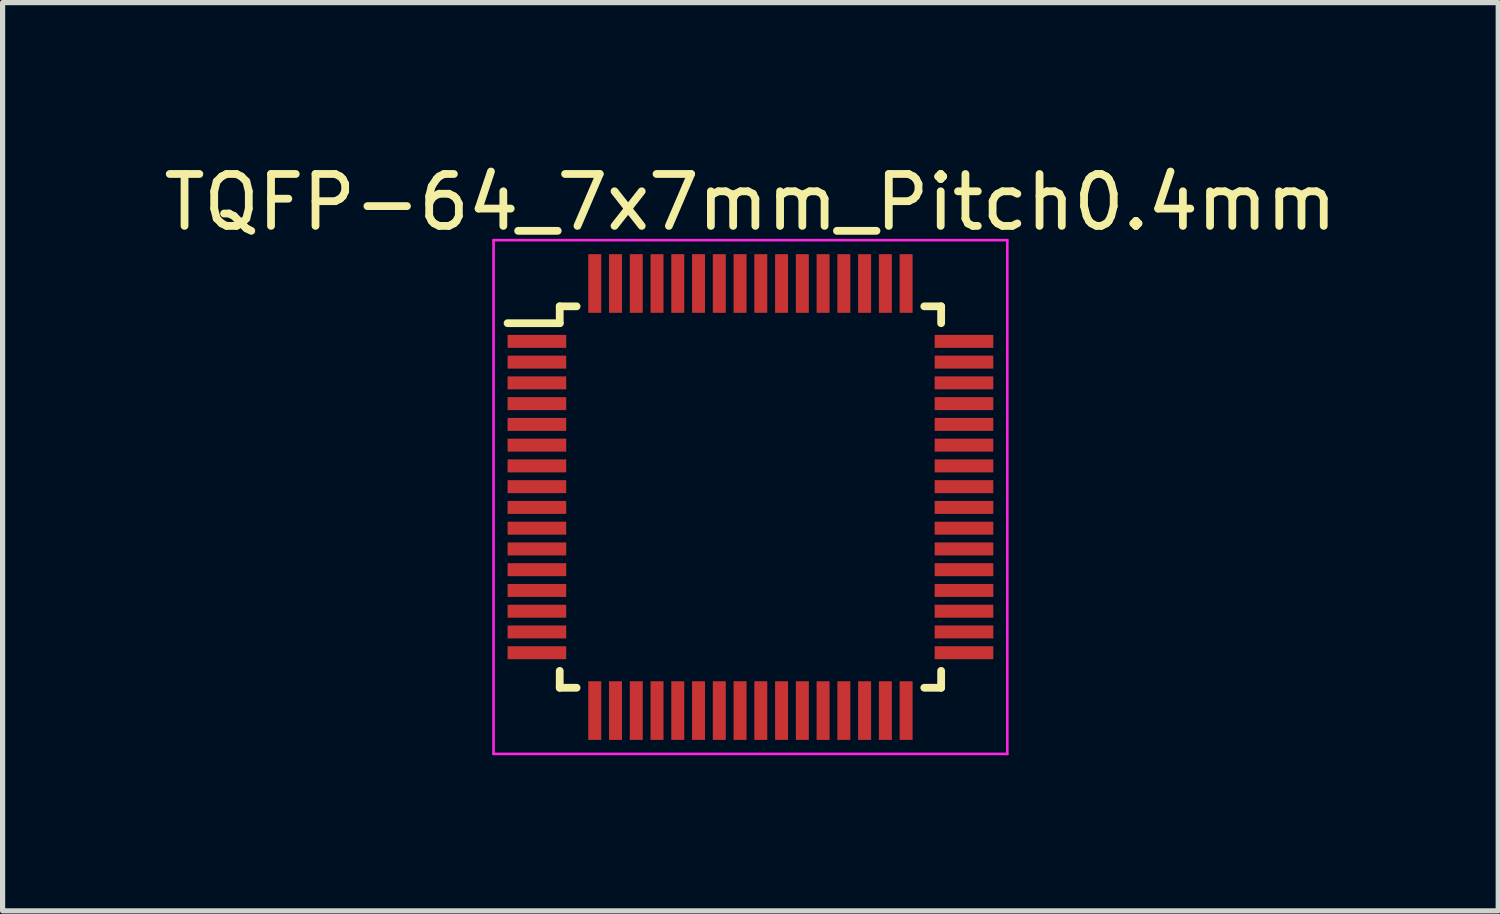
<source format=kicad_pcb>
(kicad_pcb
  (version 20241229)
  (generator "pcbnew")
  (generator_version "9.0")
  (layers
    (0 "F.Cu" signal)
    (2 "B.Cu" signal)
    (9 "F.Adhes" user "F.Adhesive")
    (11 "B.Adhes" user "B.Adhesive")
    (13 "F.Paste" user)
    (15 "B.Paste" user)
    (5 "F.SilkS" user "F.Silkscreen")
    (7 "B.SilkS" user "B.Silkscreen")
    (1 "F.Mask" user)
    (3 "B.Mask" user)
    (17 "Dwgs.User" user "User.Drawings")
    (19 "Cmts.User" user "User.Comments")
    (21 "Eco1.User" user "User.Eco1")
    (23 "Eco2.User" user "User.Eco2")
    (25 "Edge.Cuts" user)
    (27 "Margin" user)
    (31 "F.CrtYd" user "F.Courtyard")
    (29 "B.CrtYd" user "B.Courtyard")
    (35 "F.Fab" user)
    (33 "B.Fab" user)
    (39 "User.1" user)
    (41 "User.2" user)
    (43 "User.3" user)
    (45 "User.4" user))
  (footprint "TQFP-64_7x7mm_Pitch0.4mm"
    (layer "F.Cu")
    (at 11.411 6.528)
    (property "Reference" "TQFP-64_7x7mm_Pitch0.4mm" (at 0 -5.68 0) (layer "F.SilkS") (effects (font (size 1 1) (thickness 0.15))))
    (attr smd)
    (fp_line (start -3.675 -3.675) (end -3.675 -3.35) (stroke (width 0.15) (type solid)) (layer "F.SilkS"))
    (fp_line (start -3.675 -3.675) (end -3.35 -3.675) (stroke (width 0.15) (type solid)) (layer "F.SilkS"))
    (fp_line (start -3.675 -3.35) (end -4.68 -3.35) (stroke (width 0.15) (type solid)) (layer "F.SilkS"))
    (fp_line (start -3.675 3.675) (end -3.675 3.35) (stroke (width 0.15) (type solid)) (layer "F.SilkS"))
    (fp_line (start -3.675 3.675) (end -3.35 3.675) (stroke (width 0.15) (type solid)) (layer "F.SilkS"))
    (fp_line (start 3.675 -3.675) (end 3.35 -3.675) (stroke (width 0.15) (type solid)) (layer "F.SilkS"))
    (fp_line (start 3.675 -3.675) (end 3.675 -3.35) (stroke (width 0.15) (type solid)) (layer "F.SilkS"))
    (fp_line (start 3.675 3.675) (end 3.35 3.675) (stroke (width 0.15) (type solid)) (layer "F.SilkS"))
    (fp_line (start 3.675 3.675) (end 3.675 3.35) (stroke (width 0.15) (type solid)) (layer "F.SilkS"))
    (fp_line (start -4.95 -4.95) (end -4.95 4.95) (stroke (width 0.05) (type solid)) (layer "F.CrtYd"))
    (fp_line (start -4.95 -4.95) (end 4.95 -4.95) (stroke (width 0.05) (type solid)) (layer "F.CrtYd"))
    (fp_line (start -4.95 4.95) (end 4.95 4.95) (stroke (width 0.05) (type solid)) (layer "F.CrtYd"))
    (fp_line (start 4.95 -4.95) (end 4.95 4.95) (stroke (width 0.05) (type solid)) (layer "F.CrtYd"))
    (pad "1" smd rect (at -4.115 -3) (size 1.13 0.25) (layers "F.Cu" "F.Mask" "F.Paste"))
    (pad "2" smd rect (at -4.115 -2.6) (size 1.13 0.25) (layers "F.Cu" "F.Mask" "F.Paste"))
    (pad "3" smd rect (at -4.115 -2.2) (size 1.13 0.25) (layers "F.Cu" "F.Mask" "F.Paste"))
    (pad "4" smd rect (at -4.115 -1.8) (size 1.13 0.25) (layers "F.Cu" "F.Mask" "F.Paste"))
    (pad "5" smd rect (at -4.115 -1.4) (size 1.13 0.25) (layers "F.Cu" "F.Mask" "F.Paste"))
    (pad "6" smd rect (at -4.115 -1) (size 1.13 0.25) (layers "F.Cu" "F.Mask" "F.Paste"))
    (pad "7" smd rect (at -4.115 -0.6) (size 1.13 0.25) (layers "F.Cu" "F.Mask" "F.Paste"))
    (pad "8" smd rect (at -4.115 -0.2) (size 1.13 0.25) (layers "F.Cu" "F.Mask" "F.Paste"))
    (pad "9" smd rect (at -4.115 0.2) (size 1.13 0.25) (layers "F.Cu" "F.Mask" "F.Paste"))
    (pad "10" smd rect (at -4.115 0.6) (size 1.13 0.25) (layers "F.Cu" "F.Mask" "F.Paste"))
    (pad "11" smd rect (at -4.115 1) (size 1.13 0.25) (layers "F.Cu" "F.Mask" "F.Paste"))
    (pad "12" smd rect (at -4.115 1.4) (size 1.13 0.25) (layers "F.Cu" "F.Mask" "F.Paste"))
    (pad "13" smd rect (at -4.115 1.8) (size 1.13 0.25) (layers "F.Cu" "F.Mask" "F.Paste"))
    (pad "14" smd rect (at -4.115 2.2) (size 1.13 0.25) (layers "F.Cu" "F.Mask" "F.Paste"))
    (pad "15" smd rect (at -4.115 2.6) (size 1.13 0.25) (layers "F.Cu" "F.Mask" "F.Paste"))
    (pad "16" smd rect (at -4.115 3) (size 1.13 0.25) (layers "F.Cu" "F.Mask" "F.Paste"))
    (pad "17" smd rect (at -3 4.115 90) (size 1.13 0.25) (layers "F.Cu" "F.Mask" "F.Paste"))
    (pad "18" smd rect (at -2.6 4.115 90) (size 1.13 0.25) (layers "F.Cu" "F.Mask" "F.Paste"))
    (pad "19" smd rect (at -2.2 4.115 90) (size 1.13 0.25) (layers "F.Cu" "F.Mask" "F.Paste"))
    (pad "20" smd rect (at -1.8 4.115 90) (size 1.13 0.25) (layers "F.Cu" "F.Mask" "F.Paste"))
    (pad "21" smd rect (at -1.4 4.115 90) (size 1.13 0.25) (layers "F.Cu" "F.Mask" "F.Paste"))
    (pad "22" smd rect (at -1 4.115 90) (size 1.13 0.25) (layers "F.Cu" "F.Mask" "F.Paste"))
    (pad "23" smd rect (at -0.6 4.115 90) (size 1.13 0.25) (layers "F.Cu" "F.Mask" "F.Paste"))
    (pad "24" smd rect (at -0.2 4.115 90) (size 1.13 0.25) (layers "F.Cu" "F.Mask" "F.Paste"))
    (pad "25" smd rect (at 0.2 4.115 90) (size 1.13 0.25) (layers "F.Cu" "F.Mask" "F.Paste"))
    (pad "26" smd rect (at 0.6 4.115 90) (size 1.13 0.25) (layers "F.Cu" "F.Mask" "F.Paste"))
    (pad "27" smd rect (at 1 4.115 90) (size 1.13 0.25) (layers "F.Cu" "F.Mask" "F.Paste"))
    (pad "28" smd rect (at 1.4 4.115 90) (size 1.13 0.25) (layers "F.Cu" "F.Mask" "F.Paste"))
    (pad "29" smd rect (at 1.8 4.115 90) (size 1.13 0.25) (layers "F.Cu" "F.Mask" "F.Paste"))
    (pad "30" smd rect (at 2.2 4.115 90) (size 1.13 0.25) (layers "F.Cu" "F.Mask" "F.Paste"))
    (pad "31" smd rect (at 2.6 4.115 90) (size 1.13 0.25) (layers "F.Cu" "F.Mask" "F.Paste"))
    (pad "32" smd rect (at 3 4.115 90) (size 1.13 0.25) (layers "F.Cu" "F.Mask" "F.Paste"))
    (pad "33" smd rect (at 4.115 3) (size 1.13 0.25) (layers "F.Cu" "F.Mask" "F.Paste"))
    (pad "34" smd rect (at 4.115 2.6) (size 1.13 0.25) (layers "F.Cu" "F.Mask" "F.Paste"))
    (pad "35" smd rect (at 4.115 2.2) (size 1.13 0.25) (layers "F.Cu" "F.Mask" "F.Paste"))
    (pad "36" smd rect (at 4.115 1.8) (size 1.13 0.25) (layers "F.Cu" "F.Mask" "F.Paste"))
    (pad "37" smd rect (at 4.115 1.4) (size 1.13 0.25) (layers "F.Cu" "F.Mask" "F.Paste"))
    (pad "38" smd rect (at 4.115 1) (size 1.13 0.25) (layers "F.Cu" "F.Mask" "F.Paste"))
    (pad "39" smd rect (at 4.115 0.6) (size 1.13 0.25) (layers "F.Cu" "F.Mask" "F.Paste"))
    (pad "40" smd rect (at 4.115 0.2) (size 1.13 0.25) (layers "F.Cu" "F.Mask" "F.Paste"))
    (pad "41" smd rect (at 4.115 -0.2) (size 1.13 0.25) (layers "F.Cu" "F.Mask" "F.Paste"))
    (pad "42" smd rect (at 4.115 -0.6) (size 1.13 0.25) (layers "F.Cu" "F.Mask" "F.Paste"))
    (pad "43" smd rect (at 4.115 -1) (size 1.13 0.25) (layers "F.Cu" "F.Mask" "F.Paste"))
    (pad "44" smd rect (at 4.115 -1.4) (size 1.13 0.25) (layers "F.Cu" "F.Mask" "F.Paste"))
    (pad "45" smd rect (at 4.115 -1.8) (size 1.13 0.25) (layers "F.Cu" "F.Mask" "F.Paste"))
    (pad "46" smd rect (at 4.115 -2.2) (size 1.13 0.25) (layers "F.Cu" "F.Mask" "F.Paste"))
    (pad "47" smd rect (at 4.115 -2.6) (size 1.13 0.25) (layers "F.Cu" "F.Mask" "F.Paste"))
    (pad "48" smd rect (at 4.115 -3) (size 1.13 0.25) (layers "F.Cu" "F.Mask" "F.Paste"))
    (pad "49" smd rect (at 3 -4.115 90) (size 1.13 0.25) (layers "F.Cu" "F.Mask" "F.Paste"))
    (pad "50" smd rect (at 2.6 -4.115 90) (size 1.13 0.25) (layers "F.Cu" "F.Mask" "F.Paste"))
    (pad "51" smd rect (at 2.2 -4.115 90) (size 1.13 0.25) (layers "F.Cu" "F.Mask" "F.Paste"))
    (pad "52" smd rect (at 1.8 -4.115 90) (size 1.13 0.25) (layers "F.Cu" "F.Mask" "F.Paste"))
    (pad "53" smd rect (at 1.4 -4.115 90) (size 1.13 0.25) (layers "F.Cu" "F.Mask" "F.Paste"))
    (pad "54" smd rect (at 1 -4.115 90) (size 1.13 0.25) (layers "F.Cu" "F.Mask" "F.Paste"))
    (pad "55" smd rect (at 0.6 -4.115 90) (size 1.13 0.25) (layers "F.Cu" "F.Mask" "F.Paste"))
    (pad "56" smd rect (at 0.2 -4.115 90) (size 1.13 0.25) (layers "F.Cu" "F.Mask" "F.Paste"))
    (pad "57" smd rect (at -0.2 -4.115 90) (size 1.13 0.25) (layers "F.Cu" "F.Mask" "F.Paste"))
    (pad "58" smd rect (at -0.6 -4.115 90) (size 1.13 0.25) (layers "F.Cu" "F.Mask" "F.Paste"))
    (pad "59" smd rect (at -1 -4.115 90) (size 1.13 0.25) (layers "F.Cu" "F.Mask" "F.Paste"))
    (pad "60" smd rect (at -1.4 -4.115 90) (size 1.13 0.25) (layers "F.Cu" "F.Mask" "F.Paste"))
    (pad "61" smd rect (at -1.8 -4.115 90) (size 1.13 0.25) (layers "F.Cu" "F.Mask" "F.Paste"))
    (pad "62" smd rect (at -2.2 -4.115 90) (size 1.13 0.25) (layers "F.Cu" "F.Mask" "F.Paste"))
    (pad "63" smd rect (at -2.6 -4.115 90) (size 1.13 0.25) (layers "F.Cu" "F.Mask" "F.Paste"))
    (pad "64" smd rect (at -3 -4.115 90) (size 1.13 0.25) (layers "F.Cu" "F.Mask" "F.Paste")))
  (gr_rect
    (start -3 -3)
    (end 25.821 14.503)
    (stroke (width 0.1) (type default))
    (fill no)
    (layer "Edge.Cuts")))
</source>
